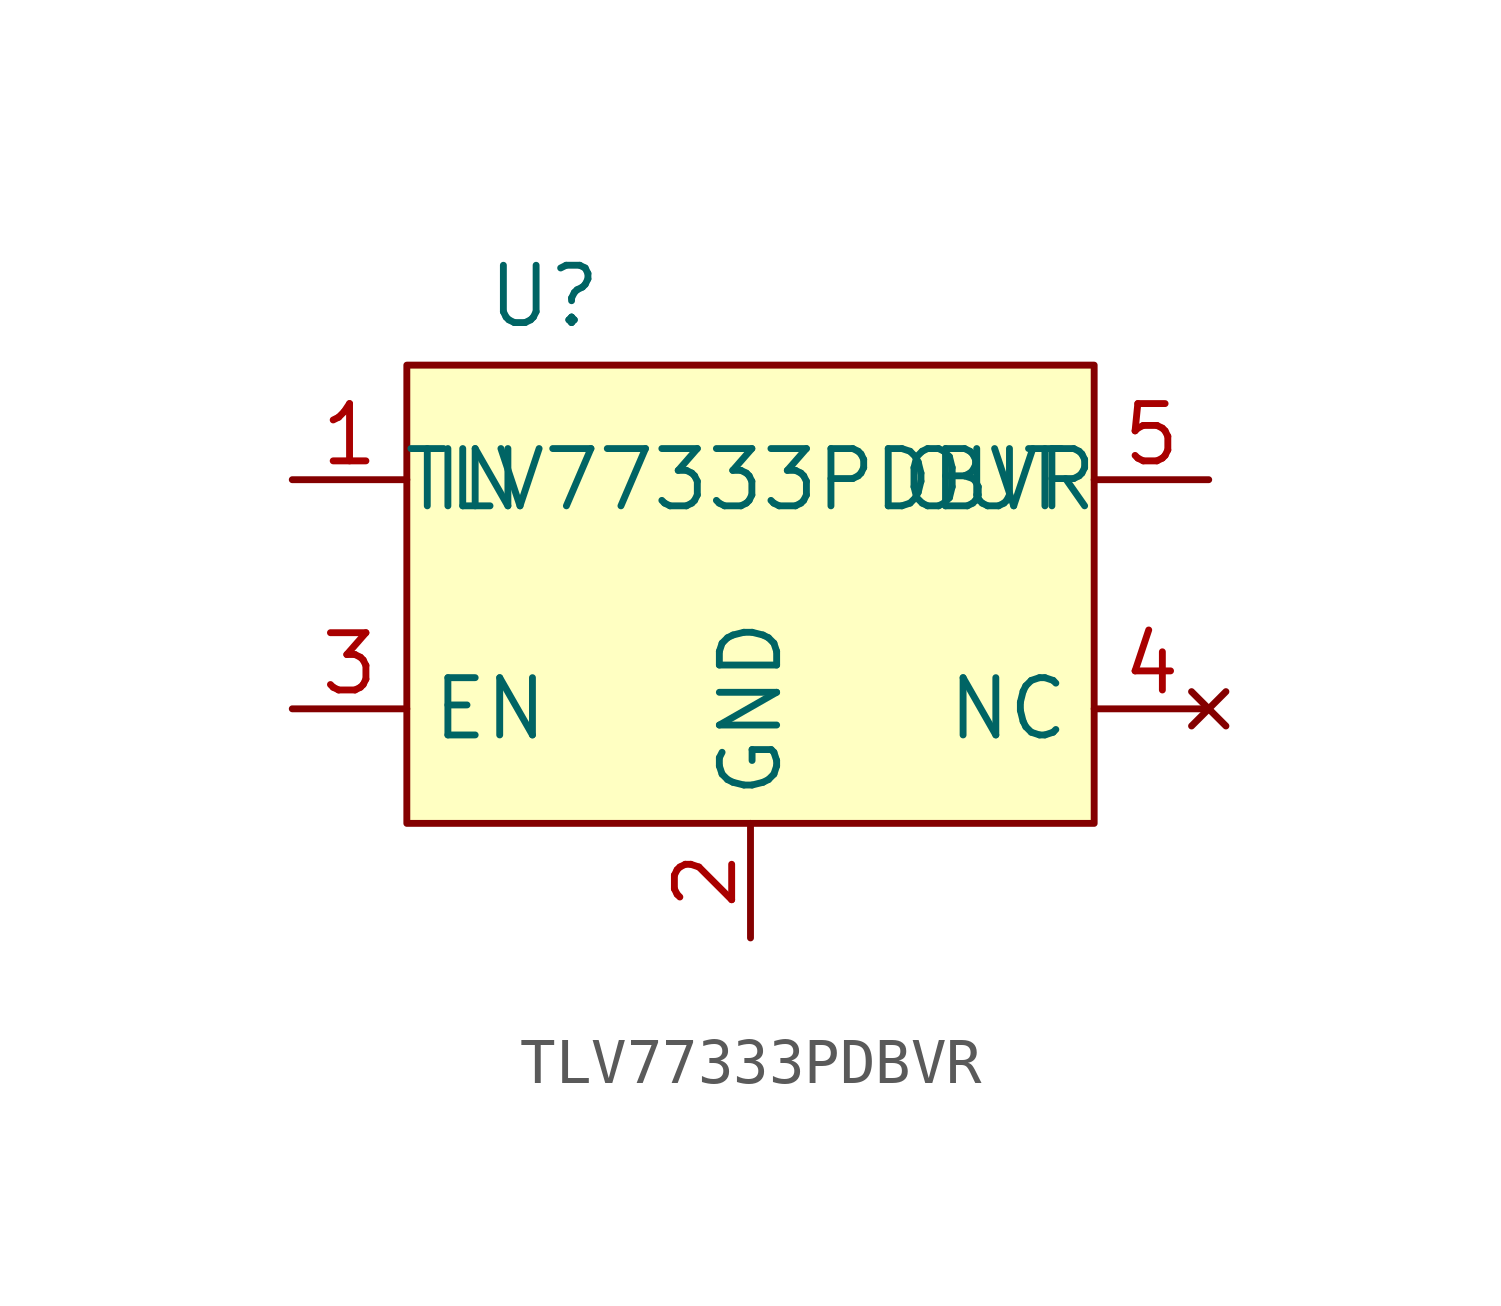
<source format=kicad_sym>
(kicad_symbol_lib
  (version 20231120)
  (generator "kicad_symbol_editor")
  (generator_version "8.0")
  (symbol "TLV77333PDBVR"
    (property "Reference" "U"
      (at -4.572 4.064 0)
      (effects (font (size 1.27 1.27))))
    (property "Value" "TLV77333PDBVR"
      (at 0 0 0)
      (effects (font (size 1.27 1.27))))
    (symbol "TLV77333PDBVR_1_1"
      (rectangle (start -7.62 2.54) (end 7.62 -7.62) (stroke (width 0) (type default)) (fill (type background)))
      (pin power_in line (at -10.16 0 0) (length 2.54) (name "IN" (effects (font (size 1.27 1.27)))) (number "1" (effects (font (size 1.27 1.27)))))
      (pin power_in line (at 0 -10.16 90) (length 2.54) (name "GND" (effects (font (size 1.27 1.27)))) (number "2" (effects (font (size 1.27 1.27)))))
      (pin input line (at -10.16 -5.08 0) (length 2.54) (name "EN" (effects (font (size 1.27 1.27)))) (number "3" (effects (font (size 1.27 1.27)))))
      (pin no_connect line (at 10.16 -5.08 180) (length 2.54) (name "NC" (effects (font (size 1.27 1.27)))) (number "4" (effects (font (size 1.27 1.27)))))
      (pin power_out line (at 10.16 0 180) (length 2.54) (name "OUT" (effects (font (size 1.27 1.27)))) (number "5" (effects (font (size 1.27 1.27))))))))
</source>
